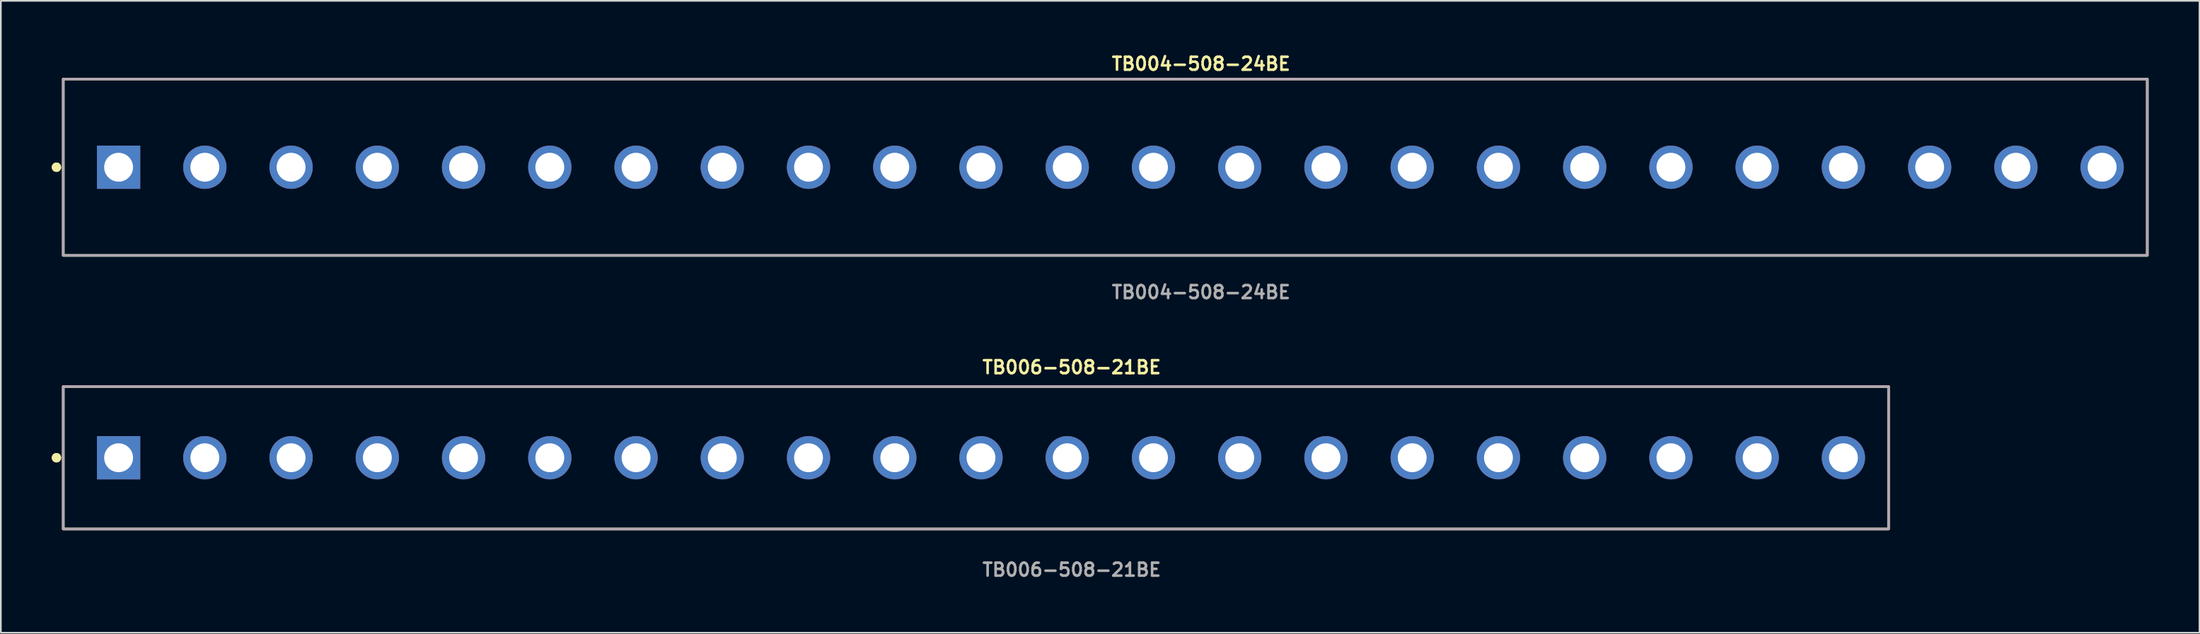
<source format=kicad_pcb>
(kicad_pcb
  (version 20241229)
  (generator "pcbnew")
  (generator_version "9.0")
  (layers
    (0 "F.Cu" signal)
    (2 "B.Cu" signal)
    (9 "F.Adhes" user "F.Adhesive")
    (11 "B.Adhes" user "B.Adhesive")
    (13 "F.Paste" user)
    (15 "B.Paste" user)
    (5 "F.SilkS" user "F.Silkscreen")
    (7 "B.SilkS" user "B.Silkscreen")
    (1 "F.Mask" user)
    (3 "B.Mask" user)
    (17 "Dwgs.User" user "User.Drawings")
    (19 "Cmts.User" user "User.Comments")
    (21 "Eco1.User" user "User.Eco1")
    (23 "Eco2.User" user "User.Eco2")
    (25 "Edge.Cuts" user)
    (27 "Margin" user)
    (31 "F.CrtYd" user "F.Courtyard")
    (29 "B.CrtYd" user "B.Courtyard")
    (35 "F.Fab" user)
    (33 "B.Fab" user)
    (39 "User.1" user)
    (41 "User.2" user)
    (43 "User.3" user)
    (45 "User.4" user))
  (footprint "TB006-508-21BE"
    (layer "F.Cu")
    (at 54.736 23.936)
    (property "Reference" "TB006-508-21BE" (at 0 -5.334 0) (unlocked yes) (layer "F.SilkS") (effects (font (size 0.762 0.762) (thickness 0.152)) (justify left)))
    (fp_rect (start -54.06 4.2) (end 53.46 -4.2) (stroke (width 0.152) (type solid)) (fill no) (layer "F.SilkS"))
    (fp_circle (center -54.46 0) (end -54.66 0) (stroke (width 0.152) (type solid)) (fill yes) (layer "F.SilkS"))
    (fp_circle (center -54.46 0) (end -54.66 0) (stroke (width 0.152) (type solid)) (fill yes) (layer "F.SilkS"))
    (fp_rect (start -54.06 4.2) (end 53.46 -4.2) (stroke (width 0.006) (type solid)) (fill no) (layer "F.CrtYd"))
    (fp_rect (start -54.06 4.2) (end 53.46 -4.2) (stroke (width 0.152) (type solid)) (fill no) (layer "F.Fab"))
    (fp_text user "${REFERENCE}" (at 0 6.604 0) (unlocked yes) (layer "F.Fab") (effects (font (size 0.762 0.762) (thickness 0.152)) (justify left)))
    (pad "1" thru_hole rect (at -50.8 0) (size 2.55 2.55) (drill 1.7) (layers "*.Cu" "*.Mask"))
    (pad "2" thru_hole circle (at -45.72 0) (size 2.55 2.55) (drill 1.7) (layers "*.Cu" "*.Mask"))
    (pad "3" thru_hole circle (at -40.64 0) (size 2.55 2.55) (drill 1.7) (layers "*.Cu" "*.Mask"))
    (pad "4" thru_hole circle (at -35.56 0) (size 2.55 2.55) (drill 1.7) (layers "*.Cu" "*.Mask"))
    (pad "5" thru_hole circle (at -30.48 0) (size 2.55 2.55) (drill 1.7) (layers "*.Cu" "*.Mask"))
    (pad "6" thru_hole circle (at -25.4 0) (size 2.55 2.55) (drill 1.7) (layers "*.Cu" "*.Mask"))
    (pad "7" thru_hole circle (at -20.32 0) (size 2.55 2.55) (drill 1.7) (layers "*.Cu" "*.Mask"))
    (pad "8" thru_hole circle (at -15.24 0) (size 2.55 2.55) (drill 1.7) (layers "*.Cu" "*.Mask"))
    (pad "9" thru_hole circle (at -10.16 0) (size 2.55 2.55) (drill 1.7) (layers "*.Cu" "*.Mask"))
    (pad "10" thru_hole circle (at -5.08 0) (size 2.55 2.55) (drill 1.7) (layers "*.Cu" "*.Mask"))
    (pad "11" thru_hole circle (at 0 0) (size 2.55 2.55) (drill 1.7) (layers "*.Cu" "*.Mask"))
    (pad "12" thru_hole circle (at 5.08 0) (size 2.55 2.55) (drill 1.7) (layers "*.Cu" "*.Mask"))
    (pad "13" thru_hole circle (at 10.16 0) (size 2.55 2.55) (drill 1.7) (layers "*.Cu" "*.Mask"))
    (pad "14" thru_hole circle (at 15.24 0) (size 2.55 2.55) (drill 1.7) (layers "*.Cu" "*.Mask"))
    (pad "15" thru_hole circle (at 20.32 0) (size 2.55 2.55) (drill 1.7) (layers "*.Cu" "*.Mask"))
    (pad "16" thru_hole circle (at 25.4 0) (size 2.55 2.55) (drill 1.7) (layers "*.Cu" "*.Mask"))
    (pad "17" thru_hole circle (at 30.48 0) (size 2.55 2.55) (drill 1.7) (layers "*.Cu" "*.Mask"))
    (pad "18" thru_hole circle (at 35.56 0) (size 2.55 2.55) (drill 1.7) (layers "*.Cu" "*.Mask"))
    (pad "19" thru_hole circle (at 40.64 0) (size 2.55 2.55) (drill 1.7) (layers "*.Cu" "*.Mask"))
    (pad "20" thru_hole circle (at 45.72 0) (size 2.55 2.55) (drill 1.7) (layers "*.Cu" "*.Mask"))
    (pad "21" thru_hole circle (at 50.8 0) (size 2.55 2.55) (drill 1.7) (layers "*.Cu" "*.Mask")))
  (footprint "TB004-508-24BE"
    (layer "F.Cu")
    (at 62.356 6.809)
    (property "Reference" "TB004-508-24BE" (at 0 -6.096 0) (unlocked yes) (layer "F.SilkS") (effects (font (size 0.762 0.762) (thickness 0.152)) (justify left)))
    (fp_rect (start -61.68 5.2) (end 61.08 -5.2) (stroke (width 0.152) (type solid)) (fill no) (layer "F.SilkS"))
    (fp_circle (center -62.08 0) (end -62.28 0) (stroke (width 0.152) (type solid)) (fill yes) (layer "F.SilkS"))
    (fp_circle (center -62.08 0) (end -62.28 0) (stroke (width 0.152) (type solid)) (fill yes) (layer "F.SilkS"))
    (fp_rect (start -61.68 5.2) (end 61.08 -5.2) (stroke (width 0.006) (type solid)) (fill no) (layer "F.CrtYd"))
    (fp_rect (start -61.68 5.2) (end 61.08 -5.2) (stroke (width 0.152) (type solid)) (fill no) (layer "F.Fab"))
    (fp_text user "${REFERENCE}" (at 0 7.366 0) (unlocked yes) (layer "F.Fab") (effects (font (size 0.762 0.762) (thickness 0.152)) (justify left)))
    (pad "1" thru_hole rect (at -58.42 0) (size 2.55 2.55) (drill 1.7) (layers "*.Cu" "*.Mask"))
    (pad "2" thru_hole circle (at -53.34 0) (size 2.55 2.55) (drill 1.7) (layers "*.Cu" "*.Mask"))
    (pad "3" thru_hole circle (at -48.26 0) (size 2.55 2.55) (drill 1.7) (layers "*.Cu" "*.Mask"))
    (pad "4" thru_hole circle (at -43.18 0) (size 2.55 2.55) (drill 1.7) (layers "*.Cu" "*.Mask"))
    (pad "5" thru_hole circle (at -38.1 0) (size 2.55 2.55) (drill 1.7) (layers "*.Cu" "*.Mask"))
    (pad "6" thru_hole circle (at -33.02 0) (size 2.55 2.55) (drill 1.7) (layers "*.Cu" "*.Mask"))
    (pad "7" thru_hole circle (at -27.94 0) (size 2.55 2.55) (drill 1.7) (layers "*.Cu" "*.Mask"))
    (pad "8" thru_hole circle (at -22.86 0) (size 2.55 2.55) (drill 1.7) (layers "*.Cu" "*.Mask"))
    (pad "9" thru_hole circle (at -17.78 0) (size 2.55 2.55) (drill 1.7) (layers "*.Cu" "*.Mask"))
    (pad "10" thru_hole circle (at -12.7 0) (size 2.55 2.55) (drill 1.7) (layers "*.Cu" "*.Mask"))
    (pad "11" thru_hole circle (at -7.62 0) (size 2.55 2.55) (drill 1.7) (layers "*.Cu" "*.Mask"))
    (pad "12" thru_hole circle (at -2.54 0) (size 2.55 2.55) (drill 1.7) (layers "*.Cu" "*.Mask"))
    (pad "13" thru_hole circle (at 2.54 0) (size 2.55 2.55) (drill 1.7) (layers "*.Cu" "*.Mask"))
    (pad "14" thru_hole circle (at 7.62 0) (size 2.55 2.55) (drill 1.7) (layers "*.Cu" "*.Mask"))
    (pad "15" thru_hole circle (at 12.7 0) (size 2.55 2.55) (drill 1.7) (layers "*.Cu" "*.Mask"))
    (pad "16" thru_hole circle (at 17.78 0) (size 2.55 2.55) (drill 1.7) (layers "*.Cu" "*.Mask"))
    (pad "17" thru_hole circle (at 22.86 0) (size 2.55 2.55) (drill 1.7) (layers "*.Cu" "*.Mask"))
    (pad "18" thru_hole circle (at 27.94 0) (size 2.55 2.55) (drill 1.7) (layers "*.Cu" "*.Mask"))
    (pad "19" thru_hole circle (at 33.02 0) (size 2.55 2.55) (drill 1.7) (layers "*.Cu" "*.Mask"))
    (pad "20" thru_hole circle (at 38.1 0) (size 2.55 2.55) (drill 1.7) (layers "*.Cu" "*.Mask"))
    (pad "21" thru_hole circle (at 43.18 0) (size 2.55 2.55) (drill 1.7) (layers "*.Cu" "*.Mask"))
    (pad "22" thru_hole circle (at 48.26 0) (size 2.55 2.55) (drill 1.7) (layers "*.Cu" "*.Mask"))
    (pad "23" thru_hole circle (at 53.34 0) (size 2.55 2.55) (drill 1.7) (layers "*.Cu" "*.Mask"))
    (pad "24" thru_hole circle (at 58.42 0) (size 2.55 2.55) (drill 1.7) (layers "*.Cu" "*.Mask")))
  (gr_rect
    (start -3 -3)
    (end 126.512 34.253)
    (stroke (width 0.1) (type default))
    (fill no)
    (layer "Edge.Cuts")))
</source>
